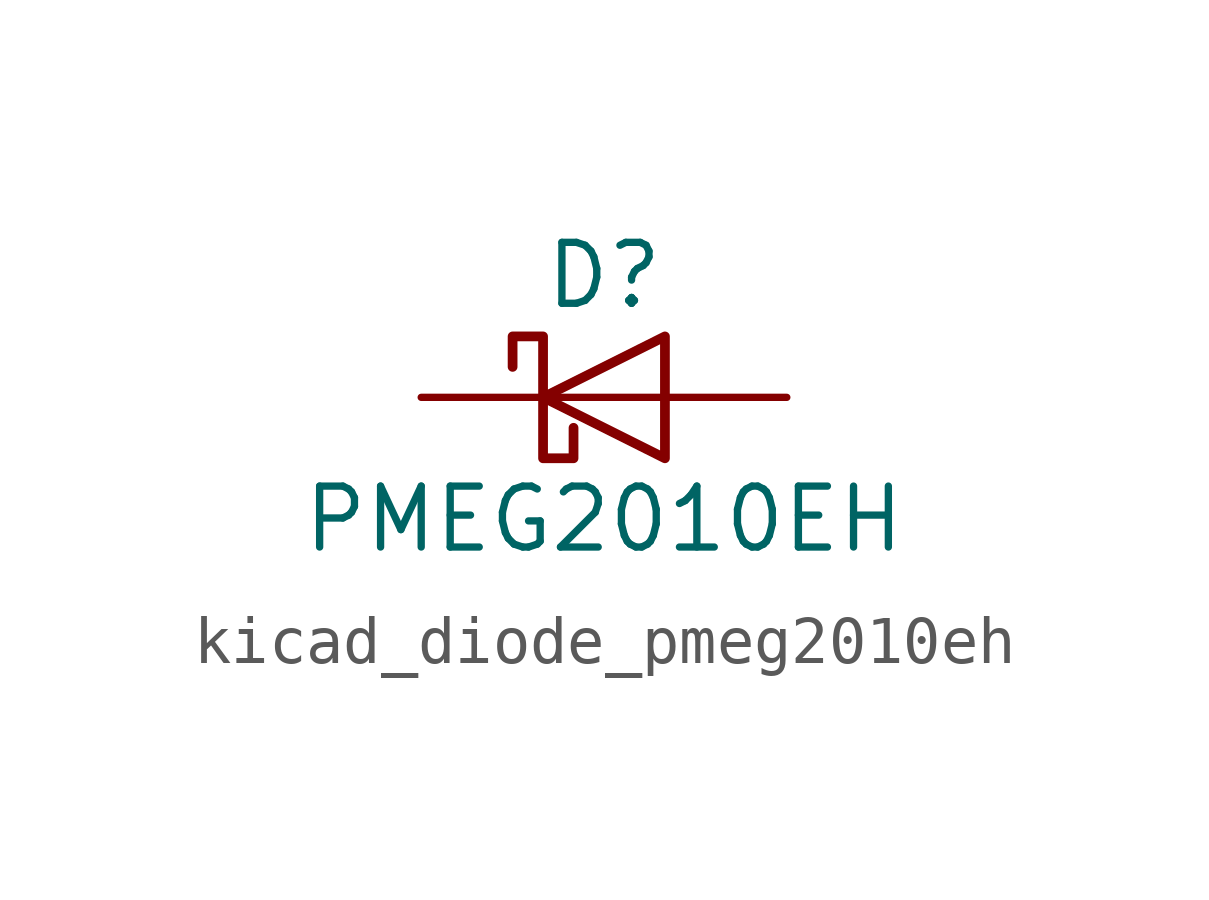
<source format=kicad_sym>
(kicad_symbol_lib
  (version 20220914)
  (generator kicad_symbol_editor)
  (symbol "kicad_diode_pmeg2010eh"
    (pin_numbers hide)
    (pin_names hide)
    (property "Reference" "D"
      (at 0 2.54 0)
      (effects (font (size 1.27 1.27))))
    (property "Value" "PMEG2010EH"
      (at 0 -2.54 0)
      (effects (font (size 1.27 1.27))))
    (symbol "kicad_diode_pmeg2010eh_0_1"
      (polyline (pts (xy 1.27 0) (xy -1.27 0)) (stroke (width 0) (type default)) (fill (type none)))
      (polyline (pts (xy 1.27 1.27) (xy 1.27 -1.27) (xy -1.27 0) (xy 1.27 1.27)) (stroke (width 0.203) (type default)) (fill (type none)))
      (polyline (pts (xy -1.905 0.635) (xy -1.905 1.27) (xy -1.27 1.27) (xy -1.27 -1.27) (xy -0.635 -1.27) (xy -0.635 -0.635)) (stroke (width 0.203) (type default)) (fill (type none))))
    (symbol "kicad_diode_pmeg2010eh_1_1"
      (pin passive line (at -3.81 0 0) (length 2.54) (name "K" (effects (font (size 1.27 1.27)))) (number "1" (effects (font (size 1.27 1.27)))))
      (pin passive line (at 3.81 0 180) (length 2.54) (name "A" (effects (font (size 1.27 1.27)))) (number "2" (effects (font (size 1.27 1.27))))))))
</source>
